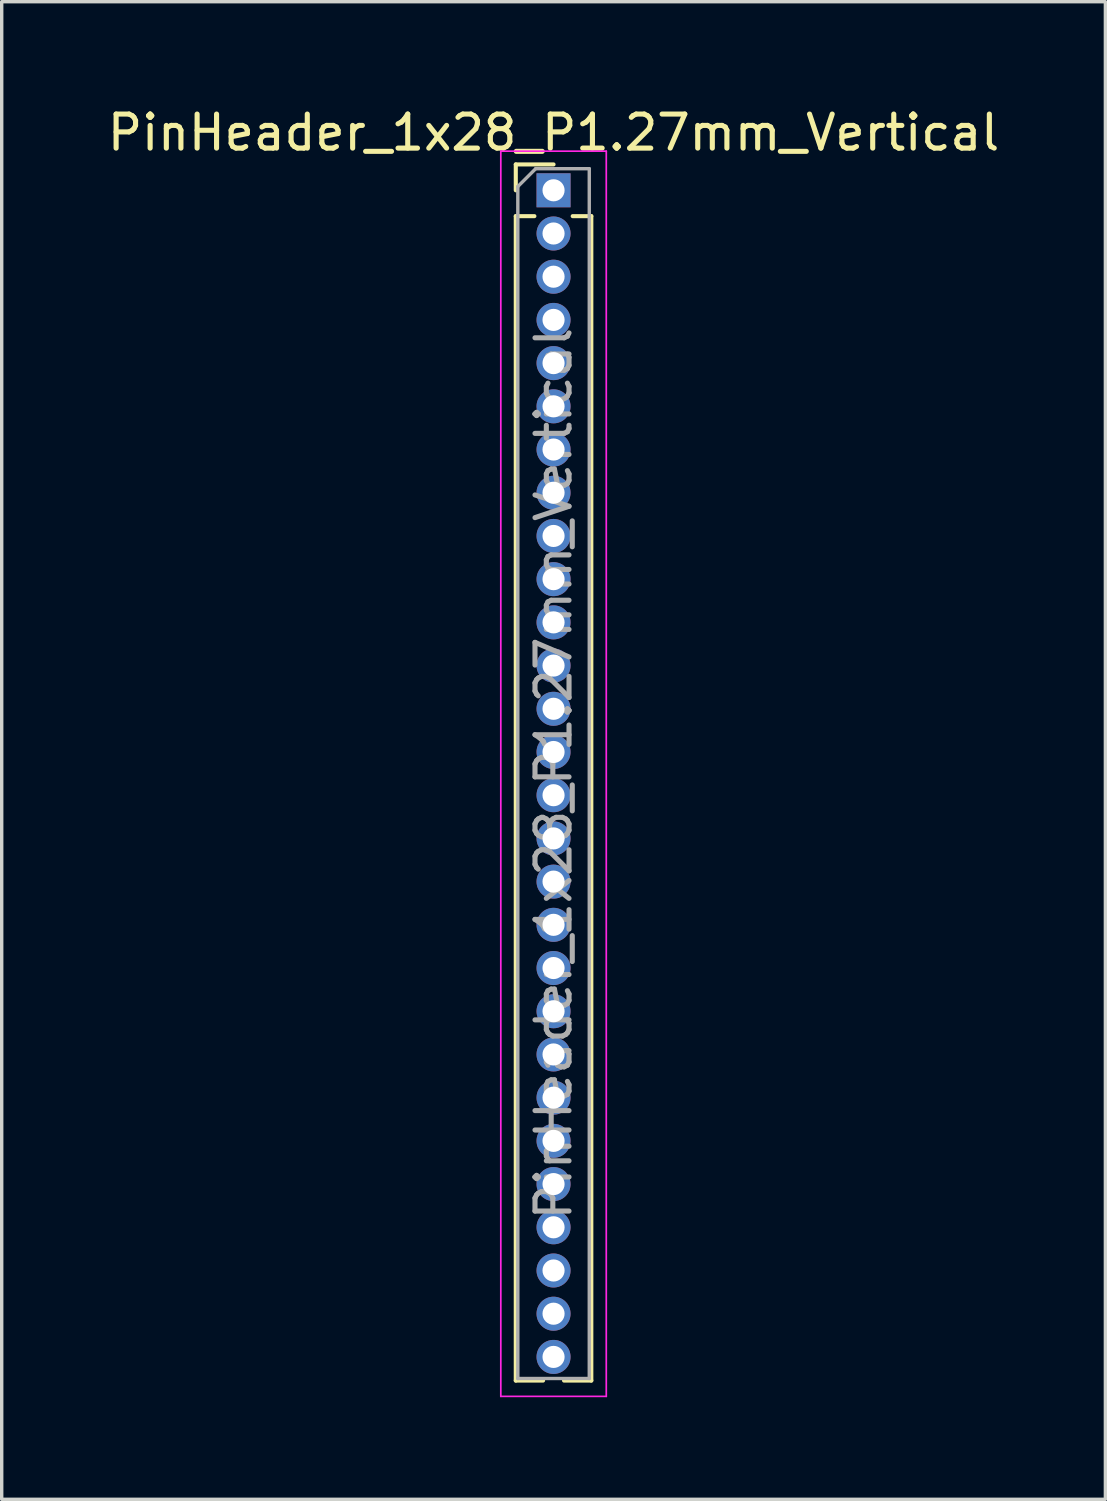
<source format=kicad_pcb>
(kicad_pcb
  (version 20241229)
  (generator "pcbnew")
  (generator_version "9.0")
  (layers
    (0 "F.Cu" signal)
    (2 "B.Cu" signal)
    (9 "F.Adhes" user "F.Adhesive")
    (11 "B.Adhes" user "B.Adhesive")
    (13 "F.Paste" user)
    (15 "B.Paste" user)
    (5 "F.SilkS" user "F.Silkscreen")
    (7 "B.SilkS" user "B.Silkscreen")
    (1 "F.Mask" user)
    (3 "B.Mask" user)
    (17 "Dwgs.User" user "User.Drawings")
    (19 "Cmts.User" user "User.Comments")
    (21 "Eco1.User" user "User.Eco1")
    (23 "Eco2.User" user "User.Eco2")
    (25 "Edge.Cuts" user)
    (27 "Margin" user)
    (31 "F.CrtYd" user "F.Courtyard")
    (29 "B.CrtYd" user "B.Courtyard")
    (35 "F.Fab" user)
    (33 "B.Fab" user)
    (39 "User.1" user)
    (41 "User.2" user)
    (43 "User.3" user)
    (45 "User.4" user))
  (footprint "PinHeader_1x28_P1.27mm_Vertical"
    (layer "F.Cu")
    (at 13.22 2.543)
    (property "Reference" "PinHeader_1x28_P1.27mm_Vertical" (at 0 -1.695 0) (layer "F.SilkS") (effects (font (size 1 1) (thickness 0.15))))
    (attr through_hole)
    (fp_line (start -1.11 -0.76) (end 0 -0.76) (stroke (width 0.12) (type solid)) (layer "F.SilkS"))
    (fp_line (start -1.11 0) (end -1.11 -0.76) (stroke (width 0.12) (type solid)) (layer "F.SilkS"))
    (fp_line (start -1.11 0.76) (end -1.11 34.985) (stroke (width 0.12) (type solid)) (layer "F.SilkS"))
    (fp_line (start -1.11 0.76) (end -0.563 0.76) (stroke (width 0.12) (type solid)) (layer "F.SilkS"))
    (fp_line (start -1.11 34.985) (end -0.308 34.985) (stroke (width 0.12) (type solid)) (layer "F.SilkS"))
    (fp_line (start 0.308 34.985) (end 1.11 34.985) (stroke (width 0.12) (type solid)) (layer "F.SilkS"))
    (fp_line (start 0.563 0.76) (end 1.11 0.76) (stroke (width 0.12) (type solid)) (layer "F.SilkS"))
    (fp_line (start 1.11 0.76) (end 1.11 34.985) (stroke (width 0.12) (type solid)) (layer "F.SilkS"))
    (fp_line (start -1.55 -1.15) (end -1.55 35.45) (stroke (width 0.05) (type solid)) (layer "F.CrtYd"))
    (fp_line (start -1.55 35.45) (end 1.55 35.45) (stroke (width 0.05) (type solid)) (layer "F.CrtYd"))
    (fp_line (start 1.55 -1.15) (end -1.55 -1.15) (stroke (width 0.05) (type solid)) (layer "F.CrtYd"))
    (fp_line (start 1.55 35.45) (end 1.55 -1.15) (stroke (width 0.05) (type solid)) (layer "F.CrtYd"))
    (fp_line (start -1.05 -0.11) (end -0.525 -0.635) (stroke (width 0.1) (type solid)) (layer "F.Fab"))
    (fp_line (start -1.05 34.925) (end -1.05 -0.11) (stroke (width 0.1) (type solid)) (layer "F.Fab"))
    (fp_line (start -0.525 -0.635) (end 1.05 -0.635) (stroke (width 0.1) (type solid)) (layer "F.Fab"))
    (fp_line (start 1.05 -0.635) (end 1.05 34.925) (stroke (width 0.1) (type solid)) (layer "F.Fab"))
    (fp_line (start 1.05 34.925) (end -1.05 34.925) (stroke (width 0.1) (type solid)) (layer "F.Fab"))
    (fp_text user "${REFERENCE}" (at 0 17.145 90) (layer "F.Fab") (effects (font (size 1 1) (thickness 0.15))))
    (pad "1" thru_hole rect (at 0 0) (size 1 1) (drill 0.65) (layers "*.Cu" "*.Mask"))
    (pad "2" thru_hole oval (at 0 1.27) (size 1 1) (drill 0.65) (layers "*.Cu" "*.Mask"))
    (pad "3" thru_hole oval (at 0 2.54) (size 1 1) (drill 0.65) (layers "*.Cu" "*.Mask"))
    (pad "4" thru_hole oval (at 0 3.81) (size 1 1) (drill 0.65) (layers "*.Cu" "*.Mask"))
    (pad "5" thru_hole oval (at 0 5.08) (size 1 1) (drill 0.65) (layers "*.Cu" "*.Mask"))
    (pad "6" thru_hole oval (at 0 6.35) (size 1 1) (drill 0.65) (layers "*.Cu" "*.Mask"))
    (pad "7" thru_hole oval (at 0 7.62) (size 1 1) (drill 0.65) (layers "*.Cu" "*.Mask"))
    (pad "8" thru_hole oval (at 0 8.89) (size 1 1) (drill 0.65) (layers "*.Cu" "*.Mask"))
    (pad "9" thru_hole oval (at 0 10.16) (size 1 1) (drill 0.65) (layers "*.Cu" "*.Mask"))
    (pad "10" thru_hole oval (at 0 11.43) (size 1 1) (drill 0.65) (layers "*.Cu" "*.Mask"))
    (pad "11" thru_hole oval (at 0 12.7) (size 1 1) (drill 0.65) (layers "*.Cu" "*.Mask"))
    (pad "12" thru_hole oval (at 0 13.97) (size 1 1) (drill 0.65) (layers "*.Cu" "*.Mask"))
    (pad "13" thru_hole oval (at 0 15.24) (size 1 1) (drill 0.65) (layers "*.Cu" "*.Mask"))
    (pad "14" thru_hole oval (at 0 16.51) (size 1 1) (drill 0.65) (layers "*.Cu" "*.Mask"))
    (pad "15" thru_hole oval (at 0 17.78) (size 1 1) (drill 0.65) (layers "*.Cu" "*.Mask"))
    (pad "16" thru_hole oval (at 0 19.05) (size 1 1) (drill 0.65) (layers "*.Cu" "*.Mask"))
    (pad "17" thru_hole oval (at 0 20.32) (size 1 1) (drill 0.65) (layers "*.Cu" "*.Mask"))
    (pad "18" thru_hole oval (at 0 21.59) (size 1 1) (drill 0.65) (layers "*.Cu" "*.Mask"))
    (pad "19" thru_hole oval (at 0 22.86) (size 1 1) (drill 0.65) (layers "*.Cu" "*.Mask"))
    (pad "20" thru_hole oval (at 0 24.13) (size 1 1) (drill 0.65) (layers "*.Cu" "*.Mask"))
    (pad "21" thru_hole oval (at 0 25.4) (size 1 1) (drill 0.65) (layers "*.Cu" "*.Mask"))
    (pad "22" thru_hole oval (at 0 26.67) (size 1 1) (drill 0.65) (layers "*.Cu" "*.Mask"))
    (pad "23" thru_hole oval (at 0 27.94) (size 1 1) (drill 0.65) (layers "*.Cu" "*.Mask"))
    (pad "24" thru_hole oval (at 0 29.21) (size 1 1) (drill 0.65) (layers "*.Cu" "*.Mask"))
    (pad "25" thru_hole oval (at 0 30.48) (size 1 1) (drill 0.65) (layers "*.Cu" "*.Mask"))
    (pad "26" thru_hole oval (at 0 31.75) (size 1 1) (drill 0.65) (layers "*.Cu" "*.Mask"))
    (pad "27" thru_hole oval (at 0 33.02) (size 1 1) (drill 0.65) (layers "*.Cu" "*.Mask"))
    (pad "28" thru_hole oval (at 0 34.29) (size 1 1) (drill 0.65) (layers "*.Cu" "*.Mask")))
  (gr_rect
    (start -3 -3)
    (end 29.44 41.018)
    (stroke (width 0.1) (type default))
    (fill no)
    (layer "Edge.Cuts")))
</source>
